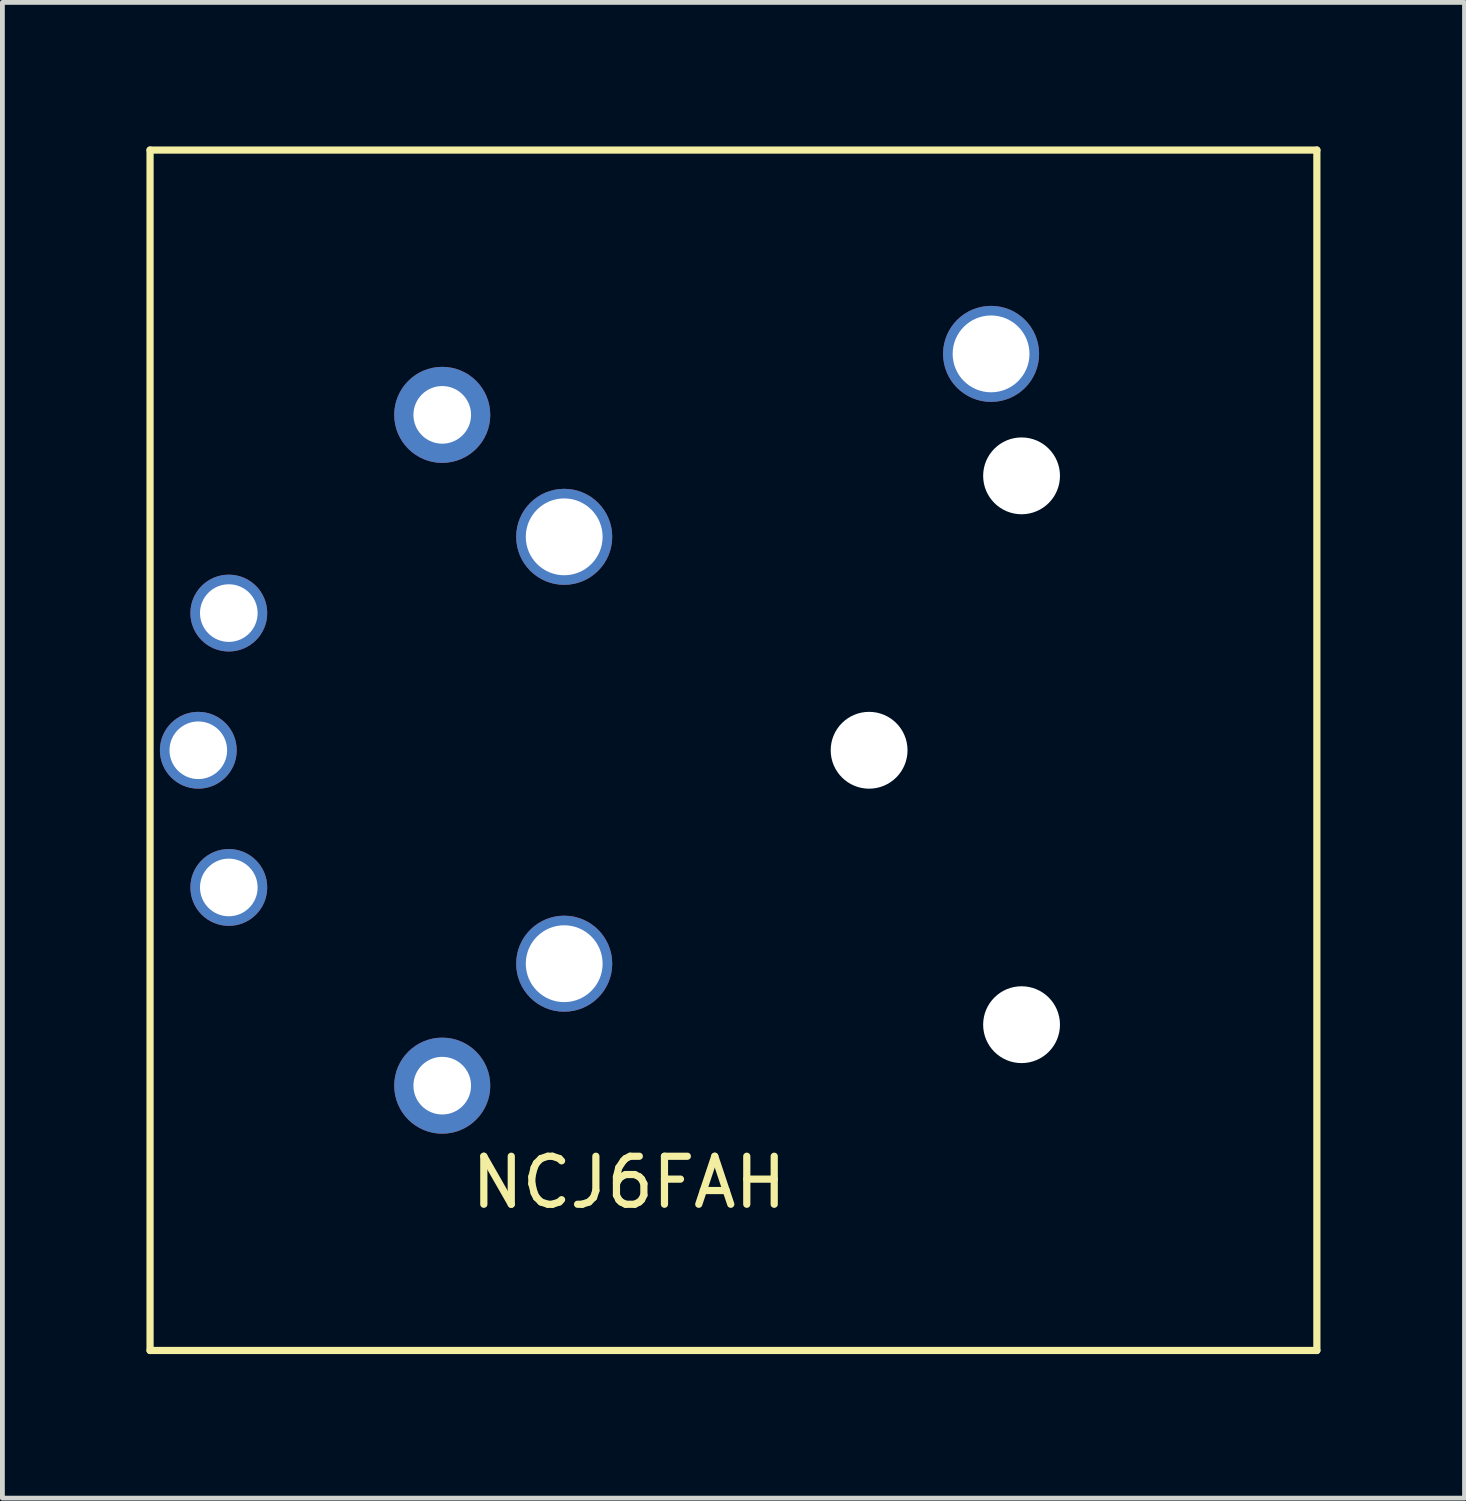
<source format=kicad_pcb>
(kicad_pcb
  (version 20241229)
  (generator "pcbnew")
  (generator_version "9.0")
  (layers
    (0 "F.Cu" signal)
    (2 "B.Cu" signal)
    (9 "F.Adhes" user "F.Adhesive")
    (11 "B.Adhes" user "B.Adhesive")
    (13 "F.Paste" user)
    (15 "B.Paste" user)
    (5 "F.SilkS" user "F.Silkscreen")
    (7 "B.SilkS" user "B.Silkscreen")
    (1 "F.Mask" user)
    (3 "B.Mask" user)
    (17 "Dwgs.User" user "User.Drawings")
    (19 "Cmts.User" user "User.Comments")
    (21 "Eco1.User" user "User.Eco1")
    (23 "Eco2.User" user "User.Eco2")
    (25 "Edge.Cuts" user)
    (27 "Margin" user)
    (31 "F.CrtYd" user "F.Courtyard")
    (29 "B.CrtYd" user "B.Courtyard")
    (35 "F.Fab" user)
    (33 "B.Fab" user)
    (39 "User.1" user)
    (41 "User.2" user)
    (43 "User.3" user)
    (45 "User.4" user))
  (footprint "NCJ6FAH"
    (layer "F.Cu")
    (at 15.05 12.575)
    (property "Reference" "NCJ6FAH" (at -5 9 0) (layer "F.SilkS") (effects (font (size 1 1) (thickness 0.15))))
    (attr through_hole)
    (fp_line (start -14.975 -12.5) (end -14.975 12.5) (stroke (width 0.15) (type solid)) (layer "F.SilkS"))
    (fp_line (start -14.975 12.5) (end 9.325 12.5) (stroke (width 0.15) (type solid)) (layer "F.SilkS"))
    (fp_line (start 9.325 -12.5) (end -14.975 -12.5) (stroke (width 0.15) (type solid)) (layer "F.SilkS"))
    (fp_line (start 9.325 12.5) (end 9.325 -12.5) (stroke (width 0.15) (type solid)) (layer "F.SilkS"))
    (pad "" np_thru_hole circle (at 0 0) (size 1.6 1.6) (drill 1.6) (layers "*.Cu" "*.Mask"))
    (pad "" np_thru_hole circle (at 3.175 -5.715) (size 1.6 1.6) (drill 1.6) (layers "*.Cu" "*.Mask"))
    (pad "" np_thru_hole circle (at 3.175 5.715) (size 1.6 1.6) (drill 1.6) (layers "*.Cu" "*.Mask"))
    (pad "1" thru_hole circle (at -8.89 -6.985) (size 2 2) (drill 1.2) (layers "*.Cu" "*.Mask"))
    (pad "2" thru_hole circle (at -8.89 6.985) (size 2 2) (drill 1.2) (layers "*.Cu" "*.Mask"))
    (pad "3" thru_hole circle (at -13.97 0) (size 1.6 1.6) (drill 1.2) (layers "*.Cu" "*.Mask"))
    (pad "G" thru_hole circle (at 2.54 -8.255) (size 2 2) (drill 1.6) (layers "*.Cu" "*.Mask"))
    (pad "R" thru_hole circle (at -13.335 2.857 180) (size 1.6 1.6) (drill 1.2) (layers "*.Cu" "*.Mask"))
    (pad "S" thru_hole circle (at -13.335 -2.857) (size 1.6 1.6) (drill 1.2) (layers "*.Cu" "*.Mask"))
    (pad "T" thru_hole circle (at -6.35 -4.445) (size 2 2) (drill 1.6) (layers "*.Cu" "*.Mask"))
    (pad "T" thru_hole circle (at -6.35 4.445) (size 2 2) (drill 1.6) (layers "*.Cu" "*.Mask")))
  (gr_rect
    (start -3 -3)
    (end 27.45 28.15)
    (stroke (width 0.1) (type default))
    (fill no)
    (layer "Edge.Cuts")))
</source>
